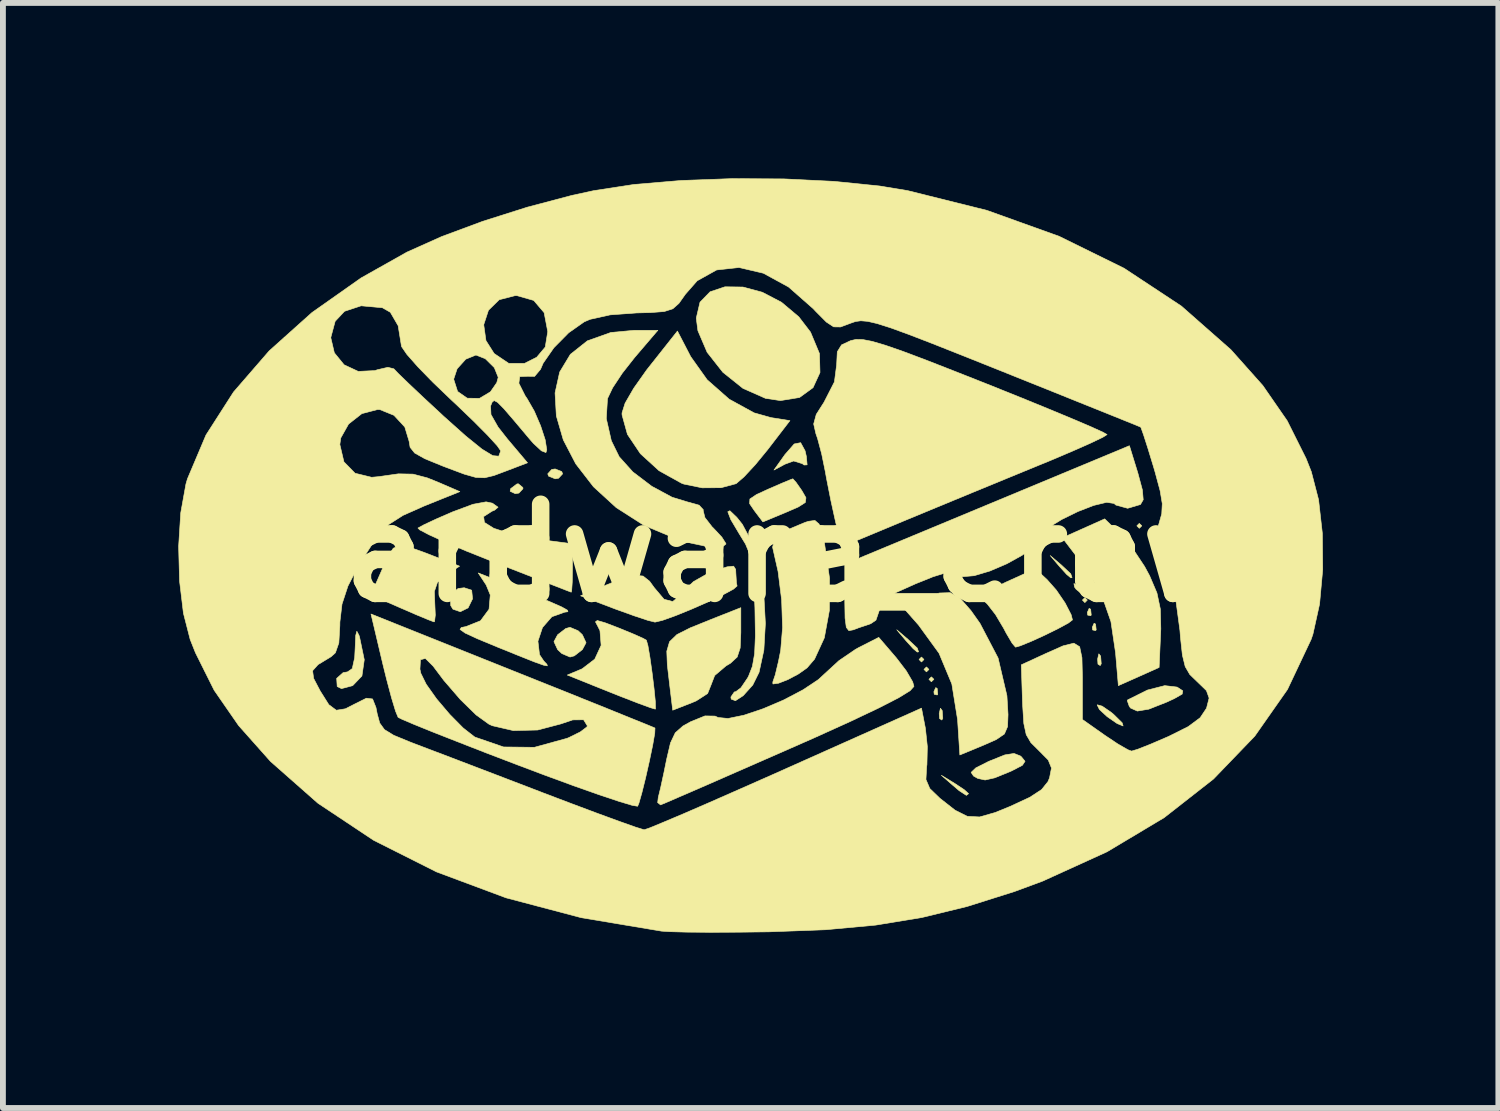
<source format=kicad_pcb>
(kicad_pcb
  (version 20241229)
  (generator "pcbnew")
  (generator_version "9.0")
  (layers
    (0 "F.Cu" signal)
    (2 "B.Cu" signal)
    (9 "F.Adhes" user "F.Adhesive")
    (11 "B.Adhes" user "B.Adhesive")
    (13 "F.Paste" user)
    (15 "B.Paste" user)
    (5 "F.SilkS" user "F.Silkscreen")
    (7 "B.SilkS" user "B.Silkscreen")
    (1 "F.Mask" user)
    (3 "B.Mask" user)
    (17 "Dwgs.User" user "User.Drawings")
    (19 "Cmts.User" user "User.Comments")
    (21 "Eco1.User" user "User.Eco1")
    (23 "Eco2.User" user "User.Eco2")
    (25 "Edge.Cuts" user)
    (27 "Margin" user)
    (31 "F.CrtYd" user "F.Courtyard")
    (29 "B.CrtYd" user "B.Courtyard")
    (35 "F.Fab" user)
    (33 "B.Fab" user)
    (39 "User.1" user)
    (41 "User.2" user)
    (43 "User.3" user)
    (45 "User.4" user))
  (footprint "hardware_crew"
    (layer "F.Cu")
    (at 9.789 6.409)
    (property "Reference" "hardware_crew" (at 0 0 0) (layer "F.SilkS") (effects (font (size 1.524 1.524) (thickness 0.3))))
    (attr through_hole)
    (fp_poly (pts (xy 2.963 1.82) (xy 2.921 1.863) (xy 2.879 1.82) (xy 2.921 1.778) (xy 2.963 1.82)) (stroke (width 0.01) (type solid)) (fill yes) (layer "F.SilkS"))
    (fp_poly (pts (xy 3.048 1.99) (xy 3.006 2.032) (xy 2.963 1.99) (xy 3.006 1.947) (xy 3.048 1.99)) (stroke (width 0.01) (type solid)) (fill yes) (layer "F.SilkS"))
    (fp_poly (pts (xy 3.133 2.159) (xy 3.09 2.201) (xy 3.048 2.159) (xy 3.09 2.117) (xy 3.133 2.159)) (stroke (width 0.01) (type solid)) (fill yes) (layer "F.SilkS"))
    (fp_poly (pts (xy 5.757 0.804) (xy 5.715 0.847) (xy 5.673 0.804) (xy 5.715 0.762) (xy 5.757 0.804)) (stroke (width 0.01) (type solid)) (fill yes) (layer "F.SilkS"))
    (fp_poly (pts (xy 6.689 -0.466) (xy 6.646 -0.423) (xy 6.604 -0.466) (xy 6.646 -0.508) (xy 6.689 -0.466)) (stroke (width 0.01) (type solid)) (fill yes) (layer "F.SilkS"))
    (fp_poly (pts (xy 3.189 2.314) (xy 3.199 2.415) (xy 3.189 2.427) (xy 3.139 2.415) (xy 3.133 2.371) (xy 3.164 2.301) (xy 3.189 2.314)) (stroke (width 0.01) (type solid)) (fill yes) (layer "F.SilkS"))
    (fp_poly (pts (xy 3.275 2.693) (xy 3.285 2.826) (xy 3.268 2.856) (xy 3.23 2.83) (xy 3.224 2.745) (xy 3.245 2.654) (xy 3.275 2.693)) (stroke (width 0.01) (type solid)) (fill yes) (layer "F.SilkS"))
    (fp_poly (pts (xy 5.814 0.96) (xy 5.824 1.06) (xy 5.814 1.072) (xy 5.763 1.061) (xy 5.757 1.016) (xy 5.788 0.946) (xy 5.814 0.96)) (stroke (width 0.01) (type solid)) (fill yes) (layer "F.SilkS"))
    (fp_poly (pts (xy 5.898 1.214) (xy 5.909 1.314) (xy 5.898 1.326) (xy 5.848 1.315) (xy 5.842 1.27) (xy 5.873 1.2) (xy 5.898 1.214)) (stroke (width 0.01) (type solid)) (fill yes) (layer "F.SilkS"))
    (fp_poly (pts (xy 5.985 1.762) (xy 5.995 1.894) (xy 5.978 1.924) (xy 5.939 1.899) (xy 5.933 1.813) (xy 5.954 1.723) (xy 5.985 1.762)) (stroke (width 0.01) (type solid)) (fill yes) (layer "F.SilkS"))
    (fp_poly (pts (xy 2.688 1.474) (xy 2.848 1.624) (xy 2.871 1.689) (xy 2.849 1.693) (xy 2.78 1.636) (xy 2.659 1.503) (xy 2.498 1.312) (xy 2.688 1.474)) (stroke (width 0.01) (type solid)) (fill yes) (layer "F.SilkS"))
    (fp_poly (pts (xy 5.313 0.204) (xy 5.473 0.354) (xy 5.496 0.419) (xy 5.474 0.423) (xy 5.405 0.366) (xy 5.284 0.233) (xy 5.122 0.042) (xy 5.313 0.204)) (stroke (width 0.01) (type solid)) (fill yes) (layer "F.SilkS"))
    (fp_poly (pts (xy 5.575 0.542) (xy 5.666 0.627) (xy 5.647 0.677) (xy 5.635 0.677) (xy 5.564 0.617) (xy 5.538 0.58) (xy 5.528 0.522) (xy 5.575 0.542)) (stroke (width 0.01) (type solid)) (fill yes) (layer "F.SilkS"))
    (fp_poly (pts (xy -3.897 -1.121) (xy -3.895 -1.101) (xy -3.964 -1.026) (xy -4.027 -1.016) (xy -4.114 -1.057) (xy -4.106 -1.101) (xy -3.998 -1.182) (xy -3.974 -1.185) (xy -3.897 -1.121)) (stroke (width 0.01) (type solid)) (fill yes) (layer "F.SilkS"))
    (fp_poly (pts (xy -3.232 -1.394) (xy -3.217 -1.355) (xy -3.286 -1.28) (xy -3.344 -1.27) (xy -3.457 -1.316) (xy -3.471 -1.355) (xy -3.403 -1.43) (xy -3.344 -1.439) (xy -3.232 -1.394)) (stroke (width 0.01) (type solid)) (fill yes) (layer "F.SilkS"))
    (fp_poly (pts (xy 3.493 3.942) (xy 3.653 4.048) (xy 3.725 4.114) (xy 3.725 4.116) (xy 3.689 4.144) (xy 3.567 4.065) (xy 3.46 3.974) (xy 3.26 3.8) (xy 3.493 3.942)) (stroke (width 0.01) (type solid)) (fill yes) (layer "F.SilkS"))
    (fp_poly (pts (xy -4.772 0.635) (xy -4.757 0.782) (xy -4.833 0.937) (xy -4.966 1.003) (xy -5.092 0.96) (xy -5.13 0.899) (xy -5.136 0.712) (xy -5.004 0.606) (xy -4.9 0.593) (xy -4.772 0.635)) (stroke (width 0.01) (type solid)) (fill yes) (layer "F.SilkS"))
    (fp_poly (pts (xy 6.011 2.618) (xy 6.166 2.725) (xy 6.207 2.759) (xy 6.353 2.903) (xy 6.369 2.957) (xy 6.268 2.916) (xy 6.097 2.798) (xy 5.964 2.675) (xy 5.926 2.598) (xy 5.928 2.595) (xy 6.011 2.618)) (stroke (width 0.01) (type solid)) (fill yes) (layer "F.SilkS"))
    (fp_poly (pts (xy 0.93 -1.749) (xy 0.952 -1.652) (xy 0.965 -1.509) (xy 0.913 -1.506) (xy 0.883 -1.529) (xy 0.734 -1.575) (xy 0.585 -1.52) (xy 0.398 -1.42) (xy 0.586 -1.685) (xy 0.744 -1.866) (xy 0.854 -1.888) (xy 0.93 -1.749)) (stroke (width 0.01) (type solid)) (fill yes) (layer "F.SilkS"))
    (fp_poly (pts (xy -2.951 1.329) (xy -2.879 1.397) (xy -2.816 1.533) (xy -2.879 1.651) (xy -3.017 1.758) (xy -3.09 1.778) (xy -3.229 1.719) (xy -3.302 1.651) (xy -3.365 1.515) (xy -3.302 1.397) (xy -3.163 1.29) (xy -3.09 1.27) (xy -2.951 1.329)) (stroke (width 0.01) (type solid)) (fill yes) (layer "F.SilkS"))
    (fp_poly (pts (xy 7.293 2.292) (xy 7.296 2.294) (xy 7.39 2.356) (xy 7.379 2.412) (xy 7.242 2.49) (xy 7.114 2.549) (xy 6.807 2.67) (xy 6.612 2.702) (xy 6.496 2.65) (xy 6.474 2.619) (xy 6.44 2.523) (xy 6.447 2.511) (xy 6.785 2.343) (xy 7.081 2.267) (xy 7.293 2.292)) (stroke (width 0.01) (type solid)) (fill yes) (layer "F.SilkS"))
    (fp_poly (pts (xy 0.777 -1.208) (xy 0.875 -1.068) (xy 0.945 -0.946) (xy 0.934 -0.865) (xy 0.815 -0.789) (xy 0.608 -0.699) (xy 0.208 -0.533) (xy 0.061 -0.728) (xy -0.019 -0.846) (xy -0.014 -0.925) (xy 0.099 -1.001) (xy 0.306 -1.096) (xy 0.534 -1.195) (xy 0.686 -1.258) (xy 0.721 -1.27) (xy 0.777 -1.208)) (stroke (width 0.01) (type solid)) (fill yes) (layer "F.SilkS"))
    (fp_poly (pts (xy -6.699 1.407) (xy -6.689 1.439) (xy -6.609 1.824) (xy -6.649 2.102) (xy -6.806 2.266) (xy -6.813 2.269) (xy -6.998 2.318) (xy -7.072 2.283) (xy -7.081 2.143) (xy -6.971 2.045) (xy -6.895 2.032) (xy -6.814 1.975) (xy -6.773 1.788) (xy -6.765 1.63) (xy -6.755 1.407) (xy -6.736 1.337) (xy -6.699 1.407)) (stroke (width 0.01) (type solid)) (fill yes) (layer "F.SilkS"))
    (fp_poly (pts (xy 4.614 3.471) (xy 4.629 3.484) (xy 4.692 3.561) (xy 4.646 3.63) (xy 4.467 3.723) (xy 4.434 3.738) (xy 4.173 3.844) (xy 4.009 3.881) (xy 3.884 3.854) (xy 3.811 3.813) (xy 3.77 3.751) (xy 3.85 3.674) (xy 4.07 3.563) (xy 4.092 3.554) (xy 4.346 3.452) (xy 4.504 3.427) (xy 4.614 3.471)) (stroke (width 0.01) (type solid)) (fill yes) (layer "F.SilkS"))
    (fp_poly (pts (xy 6.332 -0.315) (xy 6.535 -0.075) (xy 6.737 0.23) (xy 6.823 0.389) (xy 6.948 0.683) (xy 7.006 0.958) (xy 7.014 1.296) (xy 7.01 1.39) (xy 6.985 1.956) (xy 6.637 2.112) (xy 6.288 2.267) (xy 6.24 1.705) (xy 6.161 1.172) (xy 6.005 0.725) (xy 5.745 0.288) (xy 5.632 0.135) (xy 5.33 -0.261) (xy 6.054 -0.585) (xy 6.332 -0.315)) (stroke (width 0.01) (type solid)) (fill yes) (layer "F.SilkS"))
    (fp_poly (pts (xy -5.827 -0.098) (xy -5.552 0.001) (xy -5.347 0.081) (xy -4.979 0.224) (xy -5.207 0.373) (xy -5.357 0.5) (xy -5.41 0.656) (xy -5.403 0.854) (xy -5.394 1.06) (xy -5.407 1.171) (xy -5.416 1.177) (xy -5.511 1.141) (xy -5.716 1.056) (xy -5.979 0.942) (xy -6.496 0.716) (xy -6.298 0.267) (xy -6.199 0.047) (xy -6.113 -0.083) (xy -6.001 -0.128) (xy -5.827 -0.098)) (stroke (width 0.01) (type solid)) (fill yes) (layer "F.SilkS"))
    (fp_poly (pts (xy -0.133 -4.55) (xy 0.198 -4.461) (xy 0.526 -4.29) (xy 0.822 -4.041) (xy 1.023 -3.779) (xy 1.176 -3.412) (xy 1.185 -3.088) (xy 1.066 -2.829) (xy 0.835 -2.661) (xy 0.509 -2.608) (xy 0.254 -2.646) (xy -0.131 -2.816) (xy -0.476 -3.092) (xy -0.745 -3.434) (xy -0.903 -3.803) (xy -0.931 -4.018) (xy -0.867 -4.291) (xy -0.694 -4.469) (xy -0.44 -4.554) (xy -0.133 -4.55)) (stroke (width 0.01) (type solid)) (fill yes) (layer "F.SilkS"))
    (fp_poly (pts (xy 3.58 0.771) (xy 3.766 0.983) (xy 3.921 1.202) (xy 4.231 1.795) (xy 4.382 2.439) (xy 4.401 2.762) (xy 4.393 2.968) (xy 4.339 3.094) (xy 4.2 3.189) (xy 3.99 3.282) (xy 3.577 3.453) (xy 3.538 2.848) (xy 3.44 2.239) (xy 3.221 1.713) (xy 2.87 1.23) (xy 2.607 0.932) (xy 2.976 0.773) (xy 3.224 0.683) (xy 3.412 0.677) (xy 3.58 0.771)) (stroke (width 0.01) (type solid)) (fill yes) (layer "F.SilkS"))
    (fp_poly (pts (xy -0.169 1.36) (xy -0.18 1.623) (xy -0.231 1.778) (xy -0.347 1.885) (xy -0.423 1.93) (xy -0.616 2.094) (xy -0.677 2.252) (xy -0.737 2.402) (xy -0.932 2.528) (xy -1.006 2.559) (xy -1.334 2.687) (xy -1.386 2.254) (xy -1.426 1.913) (xy -1.435 1.678) (xy -1.388 1.516) (xy -1.262 1.394) (xy -1.034 1.279) (xy -0.68 1.136) (xy -0.572 1.093) (xy -0.169 0.934) (xy -0.169 1.36)) (stroke (width 0.01) (type solid)) (fill yes) (layer "F.SilkS"))
    (fp_poly (pts (xy 5.067 0.452) (xy 5.226 0.632) (xy 5.377 0.853) (xy 5.48 1.053) (xy 5.503 1.143) (xy 5.434 1.196) (xy 5.259 1.291) (xy 5.03 1.404) (xy 4.797 1.51) (xy 4.611 1.586) (xy 4.529 1.609) (xy 4.471 1.541) (xy 4.37 1.37) (xy 4.326 1.286) (xy 4.187 1.052) (xy 4.047 0.872) (xy 4.016 0.842) (xy 3.952 0.771) (xy 3.973 0.705) (xy 4.103 0.622) (xy 4.366 0.497) (xy 4.37 0.495) (xy 4.868 0.269) (xy 5.067 0.452)) (stroke (width 0.01) (type solid)) (fill yes) (layer "F.SilkS"))
    (fp_poly (pts (xy -2.49 1.192) (xy -2.265 1.278) (xy -2.016 1.38) (xy -1.839 1.459) (xy -1.784 1.49) (xy -1.758 1.582) (xy -1.723 1.786) (xy -1.686 2.049) (xy -1.653 2.317) (xy -1.631 2.539) (xy -1.628 2.66) (xy -1.631 2.669) (xy -1.713 2.645) (xy -1.916 2.571) (xy -2.205 2.459) (xy -2.394 2.384) (xy -3.137 2.086) (xy -2.884 1.98) (xy -2.667 1.814) (xy -2.558 1.578) (xy -2.578 1.327) (xy -2.612 1.258) (xy -2.655 1.176) (xy -2.624 1.153) (xy -2.49 1.192)) (stroke (width 0.01) (type solid)) (fill yes) (layer "F.SilkS"))
    (fp_poly (pts (xy -1.026 -3.359) (xy -0.745 -2.964) (xy -0.367 -2.631) (xy 0.058 -2.398) (xy 0.346 -2.317) (xy 0.671 -2.265) (xy 0.289 -1.768) (xy 0.079 -1.512) (xy -0.113 -1.305) (xy -0.247 -1.189) (xy -0.253 -1.186) (xy -0.506 -1.118) (xy -0.83 -1.116) (xy -1.143 -1.18) (xy -1.183 -1.195) (xy -1.567 -1.408) (xy -1.886 -1.699) (xy -2.108 -2.03) (xy -2.2 -2.362) (xy -2.201 -2.396) (xy -2.148 -2.564) (xy -2 -2.82) (xy -1.78 -3.131) (xy -1.727 -3.198) (xy -1.253 -3.797) (xy -1.026 -3.359)) (stroke (width 0.01) (type solid)) (fill yes) (layer "F.SilkS"))
    (fp_poly (pts (xy 1.17 -0.496) (xy 1.228 -0.32) (xy 1.262 -0.168) (xy 1.348 0.429) (xy 1.346 0.978) (xy 1.259 1.45) (xy 1.092 1.814) (xy 0.964 1.963) (xy 0.816 2.068) (xy 0.637 2.163) (xy 0.476 2.226) (xy 0.38 2.239) (xy 0.378 2.206) (xy 0.42 2.083) (xy 0.475 1.853) (xy 0.513 1.664) (xy 0.545 1.276) (xy 0.529 0.801) (xy 0.468 0.314) (xy 0.374 -0.101) (xy 0.414 -0.244) (xy 0.605 -0.389) (xy 0.931 -0.525) (xy 0.987 -0.543) (xy 1.098 -0.558) (xy 1.17 -0.496)) (stroke (width 0.01) (type solid)) (fill yes) (layer "F.SilkS"))
    (fp_poly (pts (xy -4.214 0.517) (xy -3.751 0.702) (xy -3.428 0.835) (xy -3.229 0.923) (xy -3.134 0.977) (xy -3.126 1.003) (xy -3.183 1.011) (xy -3.401 1.089) (xy -3.561 1.273) (xy -3.639 1.507) (xy -3.612 1.737) (xy -3.539 1.846) (xy -3.485 1.903) (xy -3.478 1.929) (xy -3.54 1.918) (xy -3.695 1.863) (xy -3.964 1.756) (xy -4.318 1.613) (xy -4.672 1.466) (xy -4.884 1.368) (xy -4.971 1.307) (xy -4.95 1.273) (xy -4.869 1.257) (xy -4.621 1.158) (xy -4.475 0.961) (xy -4.454 0.716) (xy -4.524 0.546) (xy -4.66 0.34) (xy -4.214 0.517)) (stroke (width 0.01) (type solid)) (fill yes) (layer "F.SilkS"))
    (fp_poly (pts (xy -4.417 -0.853) (xy -4.321 -0.784) (xy -4.38 -0.734) (xy -4.424 -0.716) (xy -4.568 -0.624) (xy -4.554 -0.524) (xy -4.395 -0.424) (xy -4.103 -0.329) (xy -3.688 -0.245) (xy -3.45 -0.211) (xy -3.048 -0.159) (xy -3.048 0.259) (xy -3.052 0.497) (xy -3.062 0.645) (xy -3.069 0.669) (xy -3.151 0.638) (xy -3.364 0.555) (xy -3.683 0.43) (xy -4.08 0.275) (xy -4.421 0.142) (xy -4.855 -0.031) (xy -5.222 -0.186) (xy -5.499 -0.312) (xy -5.661 -0.397) (xy -5.691 -0.428) (xy -5.587 -0.485) (xy -5.373 -0.585) (xy -5.095 -0.706) (xy -5.094 -0.706) (xy -4.751 -0.834) (xy -4.526 -0.876) (xy -4.417 -0.853)) (stroke (width 0.01) (type solid)) (fill yes) (layer "F.SilkS"))
    (fp_poly (pts (xy -0.257 0.279) (xy -0.254 0.344) (xy -0.244 0.508) (xy -0.233 0.563) (xy -0.295 0.617) (xy -0.473 0.713) (xy -0.725 0.833) (xy -1.009 0.958) (xy -1.284 1.07) (xy -1.507 1.15) (xy -1.636 1.181) (xy -1.638 1.181) (xy -1.761 1.15) (xy -1.993 1.073) (xy -2.288 0.967) (xy -2.323 0.954) (xy -2.91 0.731) (xy -2.545 0.576) (xy -2.21 0.441) (xy -1.988 0.38) (xy -1.841 0.393) (xy -1.729 0.482) (xy -1.651 0.59) (xy -1.482 0.79) (xy -1.334 0.829) (xy -1.186 0.708) (xy -1.139 0.641) (xy -0.977 0.487) (xy -0.729 0.347) (xy -0.629 0.307) (xy -0.402 0.235) (xy -0.292 0.224) (xy -0.257 0.279)) (stroke (width 0.01) (type solid)) (fill yes) (layer "F.SilkS"))
    (fp_poly (pts (xy -0.237 -0.61) (xy -0.143 -0.492) (xy 0.025 -0.177) (xy 0.148 0.241) (xy 0.225 0.716) (xy 0.251 1.204) (xy 0.225 1.66) (xy 0.143 2.039) (xy 0.035 2.257) (xy -0.129 2.439) (xy -0.261 2.525) (xy -0.333 2.498) (xy -0.339 2.462) (xy -0.28 2.375) (xy -0.256 2.371) (xy -0.166 2.303) (xy -0.053 2.136) (xy -0.036 2.104) (xy 0.029 1.937) (xy 0.067 1.72) (xy 0.08 1.414) (xy 0.073 0.982) (xy 0.072 0.932) (xy 0.054 0.517) (xy 0.027 0.227) (xy -0.017 0.018) (xy -0.088 -0.153) (xy -0.196 -0.33) (xy -0.198 -0.333) (xy -0.34 -0.572) (xy -0.392 -0.707) (xy -0.356 -0.724) (xy -0.237 -0.61)) (stroke (width 0.01) (type solid)) (fill yes) (layer "F.SilkS"))
    (fp_poly (pts (xy -1.987 -3.343) (xy -2.196 -3.077) (xy -2.362 -2.826) (xy -2.448 -2.645) (xy -2.449 -2.645) (xy -2.47 -2.301) (xy -2.384 -1.922) (xy -2.249 -1.647) (xy -2.016 -1.388) (xy -1.692 -1.142) (xy -1.345 -0.955) (xy -1.093 -0.878) (xy -0.882 -0.819) (xy -0.81 -0.74) (xy -0.813 -0.727) (xy -0.783 -0.607) (xy -0.659 -0.447) (xy -0.637 -0.426) (xy -0.493 -0.272) (xy -0.424 -0.162) (xy -0.423 -0.155) (xy -0.498 -0.096) (xy -0.707 -0.103) (xy -1.03 -0.172) (xy -1.278 -0.245) (xy -1.829 -0.476) (xy -2.3 -0.778) (xy -2.689 -1.134) (xy -2.992 -1.526) (xy -3.205 -1.936) (xy -3.324 -2.346) (xy -3.346 -2.739) (xy -3.267 -3.096) (xy -3.084 -3.399) (xy -2.793 -3.63) (xy -2.391 -3.773) (xy -1.988 -3.81) (xy -1.588 -3.81) (xy -1.987 -3.343)) (stroke (width 0.01) (type solid)) (fill yes) (layer "F.SilkS"))
    (fp_poly (pts (xy 1.916 -3.652) (xy 2.076 -3.621) (xy 2.3 -3.555) (xy 2.608 -3.448) (xy 3.019 -3.293) (xy 3.553 -3.084) (xy 4.026 -2.897) (xy 4.578 -2.676) (xy 5.075 -2.473) (xy 5.496 -2.298) (xy 5.82 -2.16) (xy 6.026 -2.066) (xy 6.095 -2.027) (xy 6.021 -1.98) (xy 5.818 -1.883) (xy 5.511 -1.747) (xy 5.13 -1.585) (xy 4.932 -1.504) (xy 4.389 -1.281) (xy 3.777 -1.029) (xy 3.172 -0.779) (xy 2.66 -0.567) (xy 1.553 -0.106) (xy 1.45 -0.54) (xy 1.371 -0.899) (xy 1.296 -1.279) (xy 1.275 -1.397) (xy 1.214 -1.695) (xy 1.144 -1.958) (xy 1.115 -2.042) (xy 1.077 -2.208) (xy 1.121 -2.371) (xy 1.254 -2.58) (xy 1.432 -2.928) (xy 1.47 -3.221) (xy 1.481 -3.443) (xy 1.554 -3.561) (xy 1.709 -3.633) (xy 1.8 -3.654) (xy 1.916 -3.652)) (stroke (width 0.01) (type solid)) (fill yes) (layer "F.SilkS"))
    (fp_poly (pts (xy 2.492 1.794) (xy 2.661 2.015) (xy 2.77 2.202) (xy 2.792 2.28) (xy 2.727 2.353) (xy 2.529 2.475) (xy 2.192 2.648) (xy 1.712 2.876) (xy 1.083 3.161) (xy 0.667 3.344) (xy 0.106 3.59) (xy -0.405 3.814) (xy -0.846 4.007) (xy -1.197 4.159) (xy -1.435 4.262) (xy -1.54 4.306) (xy -1.541 4.307) (xy -1.591 4.268) (xy -1.581 4.18) (xy -1.54 4.012) (xy -1.482 3.745) (xy -1.439 3.533) (xy -1.372 3.247) (xy -1.29 3.074) (xy -1.158 2.957) (xy -1.028 2.885) (xy -0.782 2.785) (xy -0.61 2.788) (xy -0.558 2.812) (xy -0.388 2.829) (xy -0.116 2.773) (xy 0.216 2.661) (xy 0.567 2.511) (xy 0.894 2.339) (xy 1.157 2.164) (xy 1.271 2.059) (xy 1.508 1.841) (xy 1.792 1.647) (xy 1.85 1.615) (xy 2.19 1.442) (xy 2.492 1.794)) (stroke (width 0.01) (type solid)) (fill yes) (layer "F.SilkS"))
    (fp_poly (pts (xy 6.622 -1.366) (xy 6.699 -1.079) (xy 6.713 -0.912) (xy 6.666 -0.831) (xy 6.664 -0.83) (xy 6.447 -0.766) (xy 6.246 -0.821) (xy 6.213 -0.849) (xy 6.087 -0.868) (xy 5.866 -0.815) (xy 5.595 -0.71) (xy 5.32 -0.575) (xy 5.086 -0.432) (xy 4.939 -0.301) (xy 4.911 -0.236) (xy 4.836 -0.11) (xy 4.644 0.037) (xy 4.38 0.183) (xy 4.09 0.307) (xy 3.822 0.387) (xy 3.621 0.404) (xy 3.556 0.378) (xy 3.465 0.332) (xy 3.331 0.339) (xy 3.115 0.406) (xy 2.815 0.527) (xy 2.496 0.67) (xy 2.308 0.781) (xy 2.22 0.883) (xy 2.201 0.976) (xy 2.142 1.147) (xy 2.053 1.208) (xy 1.84 1.28) (xy 1.757 1.312) (xy 1.679 1.327) (xy 1.635 1.271) (xy 1.614 1.113) (xy 1.609 0.821) (xy 1.609 0.781) (xy 1.609 0.189) (xy 4.043 -0.823) (xy 6.477 -1.836) (xy 6.622 -1.366)) (stroke (width 0.01) (type solid)) (fill yes) (layer "F.SilkS"))
    (fp_poly (pts (xy -4.072 2.011) (xy -3.472 2.251) (xy -2.926 2.47) (xy -2.451 2.661) (xy -2.069 2.816) (xy -1.796 2.926) (xy -1.653 2.985) (xy -1.637 2.993) (xy -1.641 3.081) (xy -1.676 3.284) (xy -1.732 3.554) (xy -1.797 3.842) (xy -1.861 4.099) (xy -1.912 4.278) (xy -1.934 4.33) (xy -2.025 4.315) (xy -2.252 4.247) (xy -2.593 4.133) (xy -3.027 3.98) (xy -3.531 3.795) (xy -3.979 3.626) (xy -4.526 3.417) (xy -5.02 3.224) (xy -5.44 3.059) (xy -5.763 2.928) (xy -5.967 2.841) (xy -6.03 2.809) (xy -6.073 2.706) (xy -6.143 2.475) (xy -6.228 2.155) (xy -6.27 1.985) (xy -5.657 1.985) (xy -5.642 2.056) (xy -5.55 2.243) (xy -5.372 2.494) (xy -5.147 2.759) (xy -4.918 2.991) (xy -4.725 3.142) (xy -4.712 3.149) (xy -4.227 3.316) (xy -3.699 3.322) (xy -3.14 3.168) (xy -3.111 3.156) (xy -2.913 3.058) (xy -2.802 2.974) (xy -2.794 2.955) (xy -2.858 2.851) (xy -3.044 2.853) (xy -3.248 2.922) (xy -3.643 3.026) (xy -4.059 3.036) (xy -4.421 2.952) (xy -4.477 2.926) (xy -4.696 2.768) (xy -4.966 2.504) (xy -5.249 2.176) (xy -5.431 1.934) (xy -5.564 1.802) (xy -5.648 1.824) (xy -5.657 1.985) (xy -6.27 1.985) (xy -6.292 1.896) (xy -6.494 1.042) (xy -4.072 2.011)) (stroke (width 0.01) (type solid)) (fill yes) (layer "F.SilkS"))
    (fp_poly (pts (xy 0.569 -6.399) (xy 1.427 -6.357) (xy 2.204 -6.278) (xy 2.683 -6.199) (xy 4.04 -5.861) (xy 5.276 -5.417) (xy 6.386 -4.871) (xy 7.366 -4.224) (xy 8.212 -3.479) (xy 8.213 -3.478) (xy 8.758 -2.866) (xy 9.176 -2.262) (xy 9.498 -1.618) (xy 9.588 -1.391) (xy 9.712 -0.912) (xy 9.777 -0.335) (xy 9.783 0.28) (xy 9.729 0.873) (xy 9.616 1.385) (xy 9.585 1.476) (xy 9.18 2.333) (xy 8.621 3.131) (xy 7.915 3.864) (xy 7.071 4.525) (xy 6.094 5.109) (xy 4.994 5.61) (xy 4.51 5.789) (xy 3.702 6.044) (xy 2.927 6.233) (xy 2.136 6.363) (xy 1.28 6.442) (xy 0.307 6.478) (xy 0.296 6.478) (xy -0.217 6.484) (xy -0.691 6.486) (xy -1.092 6.483) (xy -1.387 6.475) (xy -1.524 6.466) (xy -2.898 6.236) (xy -4.185 5.896) (xy -5.373 5.453) (xy -6.449 4.912) (xy -7.402 4.278) (xy -8.213 3.563) (xy -8.758 2.95) (xy -9.176 2.346) (xy -9.343 2.012) (xy -7.493 2.012) (xy -7.475 2.144) (xy -7.364 2.356) (xy -7.361 2.361) (xy -7.215 2.593) (xy -7.087 2.688) (xy -6.931 2.663) (xy -6.773 2.582) (xy -6.573 2.482) (xy -6.467 2.495) (xy -6.409 2.641) (xy -6.388 2.748) (xy -6.345 2.907) (xy -6.264 3.019) (xy -6.106 3.116) (xy -5.832 3.229) (xy -5.77 3.253) (xy -5.515 3.35) (xy -5.136 3.494) (xy -4.67 3.672) (xy -4.15 3.871) (xy -3.612 4.077) (xy -3.556 4.099) (xy -3.058 4.288) (xy -2.612 4.455) (xy -2.243 4.59) (xy -1.976 4.685) (xy -1.834 4.729) (xy -1.82 4.732) (xy -1.724 4.699) (xy -1.494 4.604) (xy -1.148 4.458) (xy -0.708 4.267) (xy -0.192 4.04) (xy 0.38 3.787) (xy 0.593 3.692) (xy 2.921 2.652) (xy 2.988 2.998) (xy 3.021 3.31) (xy 3.014 3.619) (xy 3.009 3.654) (xy 2.997 3.872) (xy 3.063 4.027) (xy 3.236 4.194) (xy 3.496 4.398) (xy 3.704 4.502) (xy 3.914 4.513) (xy 4.182 4.437) (xy 4.444 4.33) (xy 4.773 4.177) (xy 4.975 4.045) (xy 5.084 3.909) (xy 5.111 3.845) (xy 5.144 3.676) (xy 5.089 3.54) (xy 4.929 3.378) (xy 4.792 3.242) (xy 4.712 3.105) (xy 4.671 2.915) (xy 4.652 2.619) (xy 4.648 2.528) (xy 4.628 1.911) (xy 5.045 1.719) (xy 5.342 1.587) (xy 5.527 1.541) (xy 5.626 1.602) (xy 5.665 1.789) (xy 5.673 2.121) (xy 5.673 2.185) (xy 5.673 2.846) (xy 6.056 3.116) (xy 6.281 3.266) (xy 6.452 3.364) (xy 6.514 3.387) (xy 6.623 3.354) (xy 6.84 3.268) (xy 7.121 3.147) (xy 7.147 3.136) (xy 7.483 2.968) (xy 7.687 2.816) (xy 7.794 2.656) (xy 7.797 2.649) (xy 7.84 2.48) (xy 7.794 2.352) (xy 7.638 2.201) (xy 7.51 2.077) (xy 7.431 1.941) (xy 7.383 1.745) (xy 7.35 1.442) (xy 7.341 1.323) (xy 7.266 0.767) (xy 7.123 0.319) (xy 7.083 0.233) (xy 6.965 -0.026) (xy 6.921 -0.206) (xy 6.942 -0.375) (xy 6.981 -0.498) (xy 7.03 -0.672) (xy 7.039 -0.845) (xy 7.002 -1.066) (xy 6.916 -1.385) (xy 6.89 -1.474) (xy 6.796 -1.782) (xy 6.72 -2.019) (xy 6.675 -2.145) (xy 6.668 -2.155) (xy 6.587 -2.189) (xy 6.369 -2.277) (xy 6.032 -2.413) (xy 5.596 -2.588) (xy 5.082 -2.795) (xy 4.508 -3.025) (xy 4.309 -3.105) (xy 3.641 -3.372) (xy 3.111 -3.582) (xy 2.701 -3.74) (xy 2.391 -3.853) (xy 2.164 -3.925) (xy 2.001 -3.963) (xy 1.883 -3.973) (xy 1.791 -3.96) (xy 1.707 -3.931) (xy 1.695 -3.926) (xy 1.536 -3.867) (xy 1.419 -3.869) (xy 1.294 -3.951) (xy 1.113 -4.133) (xy 1.069 -4.18) (xy 0.647 -4.551) (xy 0.217 -4.786) (xy -0.199 -4.884) (xy -0.583 -4.842) (xy -0.915 -4.657) (xy -1.117 -4.427) (xy -1.228 -4.27) (xy -1.332 -4.178) (xy -1.479 -4.131) (xy -1.714 -4.113) (xy -1.952 -4.107) (xy -2.404 -4.074) (xy -2.746 -3.998) (xy -2.847 -3.955) (xy -3.113 -3.768) (xy -3.366 -3.512) (xy -3.55 -3.247) (xy -3.595 -3.142) (xy -3.696 -3.022) (xy -3.813 -3.024) (xy -3.95 -3.018) (xy -3.965 -2.904) (xy -3.859 -2.693) (xy -3.822 -2.638) (xy -3.701 -2.427) (xy -3.593 -2.176) (xy -3.515 -1.938) (xy -3.488 -1.766) (xy -3.502 -1.719) (xy -3.579 -1.749) (xy -3.717 -1.877) (xy -3.785 -1.955) (xy -4.048 -2.268) (xy -4.222 -2.47) (xy -4.329 -2.578) (xy -4.388 -2.609) (xy -4.422 -2.581) (xy -4.449 -2.515) (xy -4.442 -2.369) (xy -4.32 -2.154) (xy -4.163 -1.954) (xy -3.817 -1.544) (xy -4.176 -1.407) (xy -4.392 -1.326) (xy -4.551 -1.288) (xy -4.702 -1.294) (xy -4.899 -1.35) (xy -5.193 -1.46) (xy -5.269 -1.489) (xy -5.572 -1.613) (xy -5.747 -1.711) (xy -5.825 -1.809) (xy -5.842 -1.912) (xy -5.916 -2.156) (xy -6.101 -2.356) (xy -6.34 -2.453) (xy -6.381 -2.455) (xy -6.65 -2.385) (xy -6.877 -2.207) (xy -7.011 -1.969) (xy -7.027 -1.857) (xy -6.957 -1.56) (xy -6.766 -1.365) (xy -6.483 -1.296) (xy -6.363 -1.307) (xy -6.025 -1.355) (xy -5.774 -1.35) (xy -5.531 -1.286) (xy -5.345 -1.211) (xy -4.975 -1.051) (xy -5.588 -0.804) (xy -5.948 -0.644) (xy -6.192 -0.488) (xy -6.37 -0.304) (xy -6.423 -0.23) (xy -6.705 0.209) (xy -6.888 0.563) (xy -6.99 0.873) (xy -7.026 1.179) (xy -7.027 1.243) (xy -7.044 1.537) (xy -7.103 1.706) (xy -7.176 1.772) (xy -7.399 1.907) (xy -7.493 2.012) (xy -9.343 2.012) (xy -9.496 1.705) (xy -9.587 1.476) (xy -9.702 1.028) (xy -9.768 0.478) (xy -9.784 -0.113) (xy -9.748 -0.687) (xy -9.659 -1.181) (xy -9.633 -1.27) (xy -9.316 -2.019) (xy -8.845 -2.754) (xy -8.236 -3.457) (xy -7.982 -3.685) (xy -7.182 -3.685) (xy -7.121 -3.425) (xy -6.954 -3.22) (xy -6.712 -3.107) (xy -6.427 -3.121) (xy -6.386 -3.135) (xy -6.205 -3.177) (xy -6.103 -3.151) (xy -6.025 -3.069) (xy -5.847 -2.897) (xy -5.595 -2.659) (xy -5.294 -2.38) (xy -5.254 -2.342) (xy -4.873 -2.002) (xy -4.596 -1.778) (xy -4.412 -1.666) (xy -4.309 -1.657) (xy -4.276 -1.746) (xy -4.276 -1.75) (xy -4.335 -1.835) (xy -4.496 -2.011) (xy -4.737 -2.254) (xy -5.035 -2.54) (xy -5.122 -2.621) (xy -5.433 -2.919) (xy -5.487 -2.974) (xy -5.08 -2.974) (xy -5.013 -2.764) (xy -4.848 -2.649) (xy -4.638 -2.646) (xy -4.451 -2.758) (xy -4.343 -2.914) (xy -4.318 -3.006) (xy -4.385 -3.172) (xy -4.539 -3.324) (xy -4.699 -3.387) (xy -4.873 -3.316) (xy -5.021 -3.152) (xy -5.08 -2.974) (xy -5.487 -2.974) (xy -5.694 -3.187) (xy -5.88 -3.398) (xy -5.969 -3.528) (xy -5.974 -3.545) (xy -6.03 -3.89) (xy -6.04 -3.906) (xy -4.566 -3.906) (xy -4.528 -3.634) (xy -4.388 -3.413) (xy -4.139 -3.245) (xy -3.867 -3.245) (xy -3.66 -3.349) (xy -3.514 -3.523) (xy -3.471 -3.787) (xy -3.533 -4.112) (xy -3.711 -4.321) (xy -3.996 -4.402) (xy -4.03 -4.403) (xy -4.301 -4.333) (xy -4.485 -4.153) (xy -4.566 -3.906) (xy -6.04 -3.906) (xy -6.163 -4.118) (xy -6.299 -4.196) (xy -6.662 -4.229) (xy -6.947 -4.135) (xy -7.107 -3.964) (xy -7.182 -3.685) (xy -7.982 -3.685) (xy -7.504 -4.113) (xy -6.664 -4.705) (xy -5.879 -5.147) (xy -5.285 -5.413) (xy -4.58 -5.675) (xy -3.819 -5.916) (xy -3.059 -6.117) (xy -2.686 -6.198) (xy -1.997 -6.304) (xy -1.192 -6.372) (xy -0.32 -6.404) (xy 0.569 -6.399)) (stroke (width 0.01) (type solid)) (fill yes) (layer "F.SilkS")))
  (gr_rect
    (start -3 -3)
    (end 22.576 15.9)
    (stroke (width 0.1) (type default))
    (fill no)
    (layer "Edge.Cuts")))
</source>
